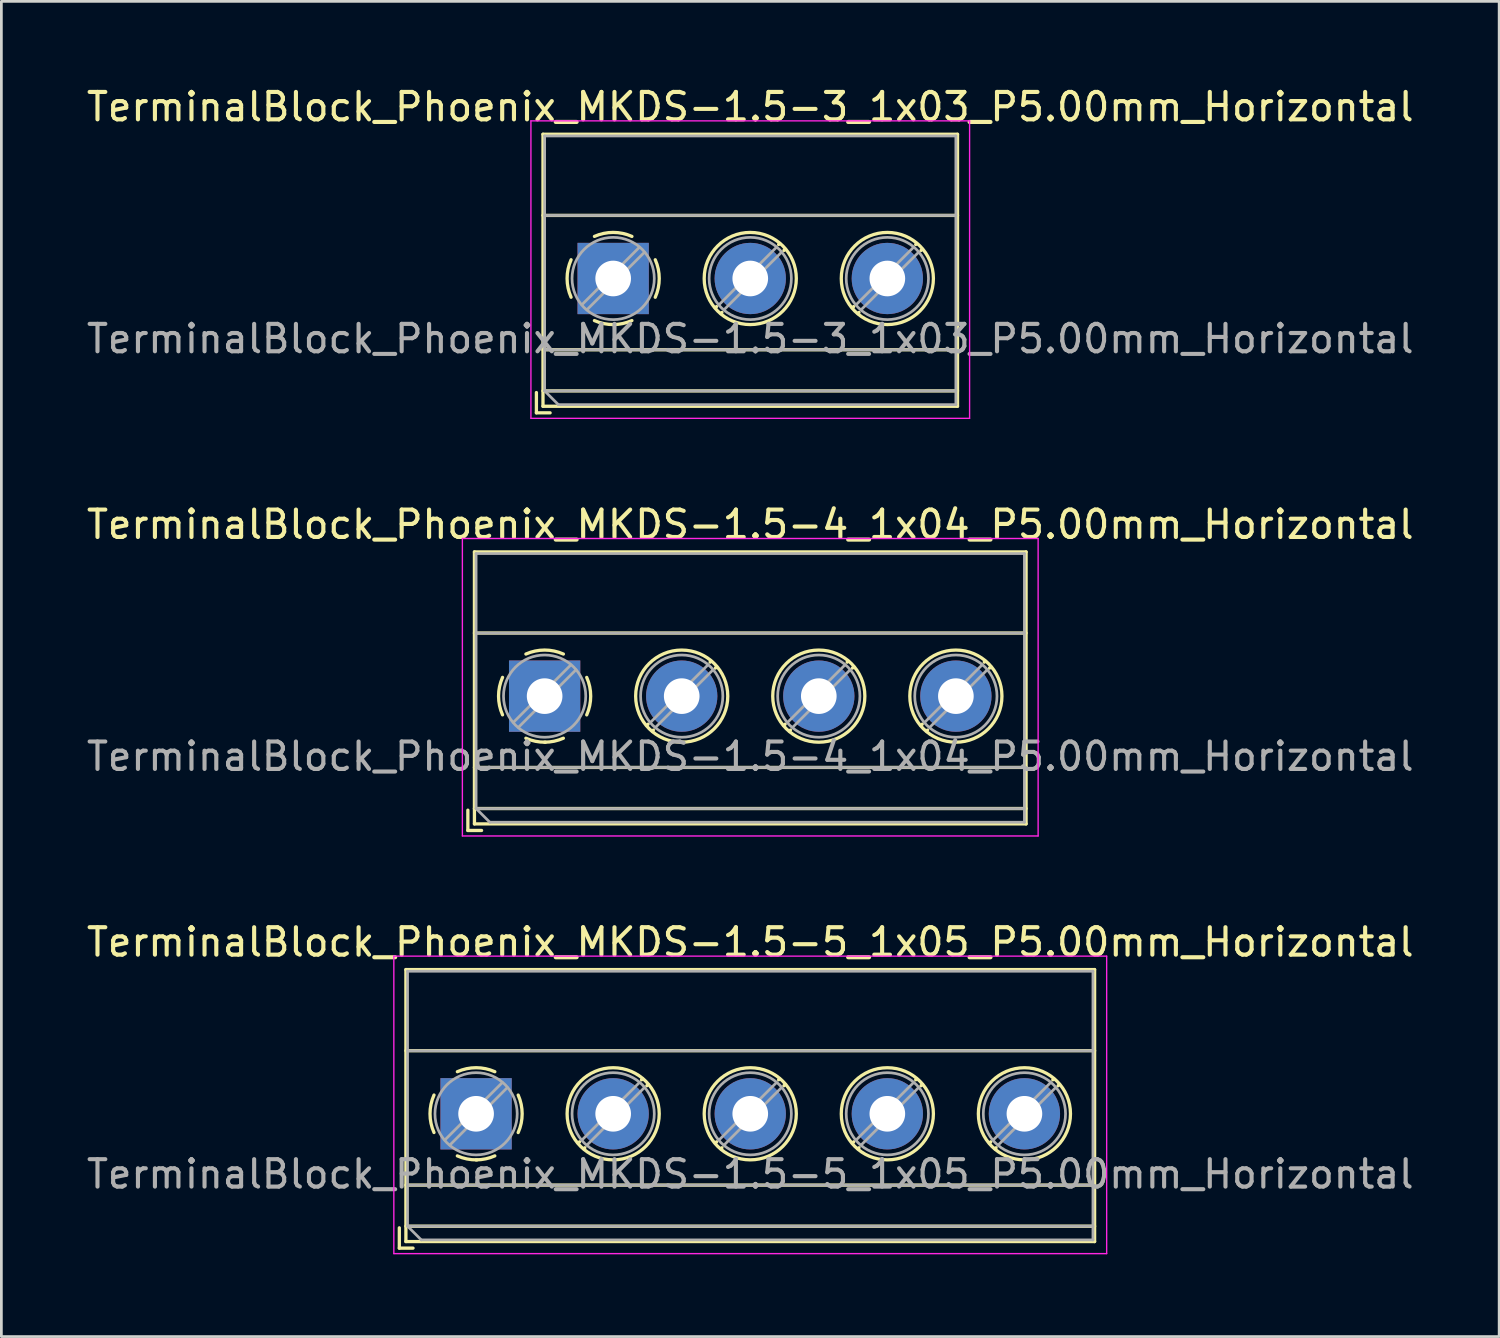
<source format=kicad_pcb>
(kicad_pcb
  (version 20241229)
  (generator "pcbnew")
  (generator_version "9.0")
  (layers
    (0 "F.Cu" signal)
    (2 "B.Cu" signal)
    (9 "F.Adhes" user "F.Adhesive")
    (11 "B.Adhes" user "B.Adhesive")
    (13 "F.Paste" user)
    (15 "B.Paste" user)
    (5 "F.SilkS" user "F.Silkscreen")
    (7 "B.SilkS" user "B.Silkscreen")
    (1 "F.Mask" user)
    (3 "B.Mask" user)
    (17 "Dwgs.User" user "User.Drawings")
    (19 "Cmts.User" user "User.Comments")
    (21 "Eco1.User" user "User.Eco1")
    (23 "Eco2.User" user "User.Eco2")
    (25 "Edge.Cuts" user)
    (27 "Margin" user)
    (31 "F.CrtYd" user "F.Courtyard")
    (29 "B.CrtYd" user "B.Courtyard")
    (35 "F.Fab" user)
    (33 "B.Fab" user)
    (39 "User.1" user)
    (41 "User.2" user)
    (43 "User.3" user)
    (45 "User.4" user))
  (footprint "TerminalBlock_Phoenix_MKDS-1.5-3_1x03_P5.00mm_Horizontal"
    (layer "F.Cu")
    (at 19.315 7.108)
    (property "Reference" "TerminalBlock_Phoenix_MKDS-1.5-3_1x03_P5.00mm_Horizontal" (at 5 -6.26 0) (layer "F.SilkS") (effects (font (size 1 1) (thickness 0.15))))
    (attr through_hole)
    (fp_line (start -2.8 4.16) (end -2.8 4.9) (stroke (width 0.12) (type solid)) (layer "F.SilkS"))
    (fp_line (start -2.8 4.9) (end -2.3 4.9) (stroke (width 0.12) (type solid)) (layer "F.SilkS"))
    (fp_line (start -2.56 -5.261) (end -2.56 4.66) (stroke (width 0.12) (type solid)) (layer "F.SilkS"))
    (fp_line (start -2.56 -5.261) (end 12.56 -5.261) (stroke (width 0.12) (type solid)) (layer "F.SilkS"))
    (fp_line (start -2.56 -2.301) (end 12.56 -2.301) (stroke (width 0.12) (type solid)) (layer "F.SilkS"))
    (fp_line (start -2.56 2.6) (end 12.56 2.6) (stroke (width 0.12) (type solid)) (layer "F.SilkS"))
    (fp_line (start -2.56 4.1) (end 12.56 4.1) (stroke (width 0.12) (type solid)) (layer "F.SilkS"))
    (fp_line (start -2.56 4.66) (end 12.56 4.66) (stroke (width 0.12) (type solid)) (layer "F.SilkS"))
    (fp_line (start 3.773 1.023) (end 3.726 1.069) (stroke (width 0.12) (type solid)) (layer "F.SilkS"))
    (fp_line (start 3.966 1.239) (end 3.931 1.274) (stroke (width 0.12) (type solid)) (layer "F.SilkS"))
    (fp_line (start 6.07 -1.275) (end 6.035 -1.239) (stroke (width 0.12) (type solid)) (layer "F.SilkS"))
    (fp_line (start 6.275 -1.069) (end 6.228 -1.023) (stroke (width 0.12) (type solid)) (layer "F.SilkS"))
    (fp_line (start 8.773 1.023) (end 8.726 1.069) (stroke (width 0.12) (type solid)) (layer "F.SilkS"))
    (fp_line (start 8.966 1.239) (end 8.931 1.274) (stroke (width 0.12) (type solid)) (layer "F.SilkS"))
    (fp_line (start 11.07 -1.275) (end 11.035 -1.239) (stroke (width 0.12) (type solid)) (layer "F.SilkS"))
    (fp_line (start 11.275 -1.069) (end 11.228 -1.023) (stroke (width 0.12) (type solid)) (layer "F.SilkS"))
    (fp_line (start 12.56 -5.261) (end 12.56 4.66) (stroke (width 0.12) (type solid)) (layer "F.SilkS"))
    (fp_arc (start -1.535427 0.683042) (mid -1.680501 -0.000524) (end -1.535 -0.684) (stroke (width 0.12) (type solid)) (layer "F.SilkS"))
    (fp_arc (start -0.683042 -1.535427) (mid 0.000524 -1.680501) (end 0.684 -1.535) (stroke (width 0.12) (type solid)) (layer "F.SilkS"))
    (fp_arc (start 0.028805 1.680253) (mid -0.335551 1.646659) (end -0.684 1.535) (stroke (width 0.12) (type solid)) (layer "F.SilkS"))
    (fp_arc (start 0.683318 1.534756) (mid 0.349292 1.643288) (end 0 1.68) (stroke (width 0.12) (type solid)) (layer "F.SilkS"))
    (fp_arc (start 1.535427 -0.683042) (mid 1.680501 0.000524) (end 1.535 0.684) (stroke (width 0.12) (type solid)) (layer "F.SilkS"))
    (fp_circle (center 5 0) (end 6.68 0) (stroke (width 0.12) (type solid)) (fill no) (layer "F.SilkS"))
    (fp_circle (center 10 0) (end 11.68 0) (stroke (width 0.12) (type solid)) (fill no) (layer "F.SilkS"))
    (fp_line (start -3 -5.75) (end -3 5.1) (stroke (width 0.05) (type solid)) (layer "F.CrtYd"))
    (fp_line (start -3 5.1) (end 13 5.1) (stroke (width 0.05) (type solid)) (layer "F.CrtYd"))
    (fp_line (start 13 -5.75) (end -3 -5.75) (stroke (width 0.05) (type solid)) (layer "F.CrtYd"))
    (fp_line (start 13 5.1) (end 13 -5.75) (stroke (width 0.05) (type solid)) (layer "F.CrtYd"))
    (fp_line (start -2.5 -5.2) (end 12.5 -5.2) (stroke (width 0.1) (type solid)) (layer "F.Fab"))
    (fp_line (start -2.5 -2.3) (end 12.5 -2.3) (stroke (width 0.1) (type solid)) (layer "F.Fab"))
    (fp_line (start -2.5 2.6) (end 12.5 2.6) (stroke (width 0.1) (type solid)) (layer "F.Fab"))
    (fp_line (start -2.5 4.1) (end -2.5 -5.2) (stroke (width 0.1) (type solid)) (layer "F.Fab"))
    (fp_line (start -2.5 4.1) (end 12.5 4.1) (stroke (width 0.1) (type solid)) (layer "F.Fab"))
    (fp_line (start -2 4.6) (end -2.5 4.1) (stroke (width 0.1) (type solid)) (layer "F.Fab"))
    (fp_line (start 0.955 -1.138) (end -1.138 0.955) (stroke (width 0.1) (type solid)) (layer "F.Fab"))
    (fp_line (start 1.138 -0.955) (end -0.955 1.138) (stroke (width 0.1) (type solid)) (layer "F.Fab"))
    (fp_line (start 5.955 -1.138) (end 3.863 0.955) (stroke (width 0.1) (type solid)) (layer "F.Fab"))
    (fp_line (start 6.138 -0.955) (end 4.046 1.138) (stroke (width 0.1) (type solid)) (layer "F.Fab"))
    (fp_line (start 10.955 -1.138) (end 8.863 0.955) (stroke (width 0.1) (type solid)) (layer "F.Fab"))
    (fp_line (start 11.138 -0.955) (end 9.046 1.138) (stroke (width 0.1) (type solid)) (layer "F.Fab"))
    (fp_line (start 12.5 -5.2) (end 12.5 4.6) (stroke (width 0.1) (type solid)) (layer "F.Fab"))
    (fp_line (start 12.5 4.6) (end -2 4.6) (stroke (width 0.1) (type solid)) (layer "F.Fab"))
    (fp_circle (center 0 0) (end 1.5 0) (stroke (width 0.1) (type solid)) (fill no) (layer "F.Fab"))
    (fp_circle (center 5 0) (end 6.5 0) (stroke (width 0.1) (type solid)) (fill no) (layer "F.Fab"))
    (fp_circle (center 10 0) (end 11.5 0) (stroke (width 0.1) (type solid)) (fill no) (layer "F.Fab"))
    (fp_text user "${REFERENCE}" (at 5 2.2 0) (layer "F.Fab") (effects (font (size 1 1) (thickness 0.15))))
    (pad "1" thru_hole rect (at 0 0) (size 2.6 2.6) (drill 1.3) (layers "*.Cu" "*.Mask"))
    (pad "2" thru_hole circle (at 5 0) (size 2.6 2.6) (drill 1.3) (layers "*.Cu" "*.Mask"))
    (pad "3" thru_hole circle (at 10 0) (size 2.6 2.6) (drill 1.3) (layers "*.Cu" "*.Mask")))
  (footprint "TerminalBlock_Phoenix_MKDS-1.5-4_1x04_P5.00mm_Horizontal"
    (layer "F.Cu")
    (at 16.815 22.341)
    (property "Reference" "TerminalBlock_Phoenix_MKDS-1.5-4_1x04_P5.00mm_Horizontal" (at 7.5 -6.26 0) (layer "F.SilkS") (effects (font (size 1 1) (thickness 0.15))))
    (attr through_hole)
    (fp_line (start -2.8 4.16) (end -2.8 4.9) (stroke (width 0.12) (type solid)) (layer "F.SilkS"))
    (fp_line (start -2.8 4.9) (end -2.3 4.9) (stroke (width 0.12) (type solid)) (layer "F.SilkS"))
    (fp_line (start -2.56 -5.261) (end -2.56 4.66) (stroke (width 0.12) (type solid)) (layer "F.SilkS"))
    (fp_line (start -2.56 -5.261) (end 17.561 -5.261) (stroke (width 0.12) (type solid)) (layer "F.SilkS"))
    (fp_line (start -2.56 -2.301) (end 17.561 -2.301) (stroke (width 0.12) (type solid)) (layer "F.SilkS"))
    (fp_line (start -2.56 2.6) (end 17.561 2.6) (stroke (width 0.12) (type solid)) (layer "F.SilkS"))
    (fp_line (start -2.56 4.1) (end 17.561 4.1) (stroke (width 0.12) (type solid)) (layer "F.SilkS"))
    (fp_line (start -2.56 4.66) (end 17.561 4.66) (stroke (width 0.12) (type solid)) (layer "F.SilkS"))
    (fp_line (start 3.773 1.023) (end 3.726 1.069) (stroke (width 0.12) (type solid)) (layer "F.SilkS"))
    (fp_line (start 3.966 1.239) (end 3.931 1.274) (stroke (width 0.12) (type solid)) (layer "F.SilkS"))
    (fp_line (start 6.07 -1.275) (end 6.035 -1.239) (stroke (width 0.12) (type solid)) (layer "F.SilkS"))
    (fp_line (start 6.275 -1.069) (end 6.228 -1.023) (stroke (width 0.12) (type solid)) (layer "F.SilkS"))
    (fp_line (start 8.773 1.023) (end 8.726 1.069) (stroke (width 0.12) (type solid)) (layer "F.SilkS"))
    (fp_line (start 8.966 1.239) (end 8.931 1.274) (stroke (width 0.12) (type solid)) (layer "F.SilkS"))
    (fp_line (start 11.07 -1.275) (end 11.035 -1.239) (stroke (width 0.12) (type solid)) (layer "F.SilkS"))
    (fp_line (start 11.275 -1.069) (end 11.228 -1.023) (stroke (width 0.12) (type solid)) (layer "F.SilkS"))
    (fp_line (start 13.773 1.023) (end 13.726 1.069) (stroke (width 0.12) (type solid)) (layer "F.SilkS"))
    (fp_line (start 13.966 1.239) (end 13.931 1.274) (stroke (width 0.12) (type solid)) (layer "F.SilkS"))
    (fp_line (start 16.07 -1.275) (end 16.035 -1.239) (stroke (width 0.12) (type solid)) (layer "F.SilkS"))
    (fp_line (start 16.275 -1.069) (end 16.228 -1.023) (stroke (width 0.12) (type solid)) (layer "F.SilkS"))
    (fp_line (start 17.561 -5.261) (end 17.561 4.66) (stroke (width 0.12) (type solid)) (layer "F.SilkS"))
    (fp_arc (start -1.535427 0.683042) (mid -1.680501 -0.000524) (end -1.535 -0.684) (stroke (width 0.12) (type solid)) (layer "F.SilkS"))
    (fp_arc (start -0.683042 -1.535427) (mid 0.000524 -1.680501) (end 0.684 -1.535) (stroke (width 0.12) (type solid)) (layer "F.SilkS"))
    (fp_arc (start 0.028805 1.680253) (mid -0.335551 1.646659) (end -0.684 1.535) (stroke (width 0.12) (type solid)) (layer "F.SilkS"))
    (fp_arc (start 0.683318 1.534756) (mid 0.349292 1.643288) (end 0 1.68) (stroke (width 0.12) (type solid)) (layer "F.SilkS"))
    (fp_arc (start 1.535427 -0.683042) (mid 1.680501 0.000524) (end 1.535 0.684) (stroke (width 0.12) (type solid)) (layer "F.SilkS"))
    (fp_circle (center 5 0) (end 6.68 0) (stroke (width 0.12) (type solid)) (fill no) (layer "F.SilkS"))
    (fp_circle (center 10 0) (end 11.68 0) (stroke (width 0.12) (type solid)) (fill no) (layer "F.SilkS"))
    (fp_circle (center 15 0) (end 16.68 0) (stroke (width 0.12) (type solid)) (fill no) (layer "F.SilkS"))
    (fp_line (start -3 -5.75) (end -3 5.1) (stroke (width 0.05) (type solid)) (layer "F.CrtYd"))
    (fp_line (start -3 5.1) (end 18 5.1) (stroke (width 0.05) (type solid)) (layer "F.CrtYd"))
    (fp_line (start 18 -5.75) (end -3 -5.75) (stroke (width 0.05) (type solid)) (layer "F.CrtYd"))
    (fp_line (start 18 5.1) (end 18 -5.75) (stroke (width 0.05) (type solid)) (layer "F.CrtYd"))
    (fp_line (start -2.5 -5.2) (end 17.5 -5.2) (stroke (width 0.1) (type solid)) (layer "F.Fab"))
    (fp_line (start -2.5 -2.3) (end 17.5 -2.3) (stroke (width 0.1) (type solid)) (layer "F.Fab"))
    (fp_line (start -2.5 2.6) (end 17.5 2.6) (stroke (width 0.1) (type solid)) (layer "F.Fab"))
    (fp_line (start -2.5 4.1) (end -2.5 -5.2) (stroke (width 0.1) (type solid)) (layer "F.Fab"))
    (fp_line (start -2.5 4.1) (end 17.5 4.1) (stroke (width 0.1) (type solid)) (layer "F.Fab"))
    (fp_line (start -2 4.6) (end -2.5 4.1) (stroke (width 0.1) (type solid)) (layer "F.Fab"))
    (fp_line (start 0.955 -1.138) (end -1.138 0.955) (stroke (width 0.1) (type solid)) (layer "F.Fab"))
    (fp_line (start 1.138 -0.955) (end -0.955 1.138) (stroke (width 0.1) (type solid)) (layer "F.Fab"))
    (fp_line (start 5.955 -1.138) (end 3.863 0.955) (stroke (width 0.1) (type solid)) (layer "F.Fab"))
    (fp_line (start 6.138 -0.955) (end 4.046 1.138) (stroke (width 0.1) (type solid)) (layer "F.Fab"))
    (fp_line (start 10.955 -1.138) (end 8.863 0.955) (stroke (width 0.1) (type solid)) (layer "F.Fab"))
    (fp_line (start 11.138 -0.955) (end 9.046 1.138) (stroke (width 0.1) (type solid)) (layer "F.Fab"))
    (fp_line (start 15.955 -1.138) (end 13.863 0.955) (stroke (width 0.1) (type solid)) (layer "F.Fab"))
    (fp_line (start 16.138 -0.955) (end 14.046 1.138) (stroke (width 0.1) (type solid)) (layer "F.Fab"))
    (fp_line (start 17.5 -5.2) (end 17.5 4.6) (stroke (width 0.1) (type solid)) (layer "F.Fab"))
    (fp_line (start 17.5 4.6) (end -2 4.6) (stroke (width 0.1) (type solid)) (layer "F.Fab"))
    (fp_circle (center 0 0) (end 1.5 0) (stroke (width 0.1) (type solid)) (fill no) (layer "F.Fab"))
    (fp_circle (center 5 0) (end 6.5 0) (stroke (width 0.1) (type solid)) (fill no) (layer "F.Fab"))
    (fp_circle (center 10 0) (end 11.5 0) (stroke (width 0.1) (type solid)) (fill no) (layer "F.Fab"))
    (fp_circle (center 15 0) (end 16.5 0) (stroke (width 0.1) (type solid)) (fill no) (layer "F.Fab"))
    (fp_text user "${REFERENCE}" (at 7.5 2.2 0) (layer "F.Fab") (effects (font (size 1 1) (thickness 0.15))))
    (pad "1" thru_hole rect (at 0 0) (size 2.6 2.6) (drill 1.3) (layers "*.Cu" "*.Mask"))
    (pad "2" thru_hole circle (at 5 0) (size 2.6 2.6) (drill 1.3) (layers "*.Cu" "*.Mask"))
    (pad "3" thru_hole circle (at 10 0) (size 2.6 2.6) (drill 1.3) (layers "*.Cu" "*.Mask"))
    (pad "4" thru_hole circle (at 15 0) (size 2.6 2.6) (drill 1.3) (layers "*.Cu" "*.Mask")))
  (footprint "TerminalBlock_Phoenix_MKDS-1.5-5_1x05_P5.00mm_Horizontal"
    (layer "F.Cu")
    (at 14.315 37.575)
    (property "Reference" "TerminalBlock_Phoenix_MKDS-1.5-5_1x05_P5.00mm_Horizontal" (at 10 -6.26 0) (layer "F.SilkS") (effects (font (size 1 1) (thickness 0.15))))
    (attr through_hole)
    (fp_line (start -2.8 4.16) (end -2.8 4.9) (stroke (width 0.12) (type solid)) (layer "F.SilkS"))
    (fp_line (start -2.8 4.9) (end -2.3 4.9) (stroke (width 0.12) (type solid)) (layer "F.SilkS"))
    (fp_line (start -2.56 -5.261) (end -2.56 4.66) (stroke (width 0.12) (type solid)) (layer "F.SilkS"))
    (fp_line (start -2.56 -5.261) (end 22.56 -5.261) (stroke (width 0.12) (type solid)) (layer "F.SilkS"))
    (fp_line (start -2.56 -2.301) (end 22.56 -2.301) (stroke (width 0.12) (type solid)) (layer "F.SilkS"))
    (fp_line (start -2.56 2.6) (end 22.56 2.6) (stroke (width 0.12) (type solid)) (layer "F.SilkS"))
    (fp_line (start -2.56 4.1) (end 22.56 4.1) (stroke (width 0.12) (type solid)) (layer "F.SilkS"))
    (fp_line (start -2.56 4.66) (end 22.56 4.66) (stroke (width 0.12) (type solid)) (layer "F.SilkS"))
    (fp_line (start 3.773 1.023) (end 3.726 1.069) (stroke (width 0.12) (type solid)) (layer "F.SilkS"))
    (fp_line (start 3.966 1.239) (end 3.931 1.274) (stroke (width 0.12) (type solid)) (layer "F.SilkS"))
    (fp_line (start 6.07 -1.275) (end 6.035 -1.239) (stroke (width 0.12) (type solid)) (layer "F.SilkS"))
    (fp_line (start 6.275 -1.069) (end 6.228 -1.023) (stroke (width 0.12) (type solid)) (layer "F.SilkS"))
    (fp_line (start 8.773 1.023) (end 8.726 1.069) (stroke (width 0.12) (type solid)) (layer "F.SilkS"))
    (fp_line (start 8.966 1.239) (end 8.931 1.274) (stroke (width 0.12) (type solid)) (layer "F.SilkS"))
    (fp_line (start 11.07 -1.275) (end 11.035 -1.239) (stroke (width 0.12) (type solid)) (layer "F.SilkS"))
    (fp_line (start 11.275 -1.069) (end 11.228 -1.023) (stroke (width 0.12) (type solid)) (layer "F.SilkS"))
    (fp_line (start 13.773 1.023) (end 13.726 1.069) (stroke (width 0.12) (type solid)) (layer "F.SilkS"))
    (fp_line (start 13.966 1.239) (end 13.931 1.274) (stroke (width 0.12) (type solid)) (layer "F.SilkS"))
    (fp_line (start 16.07 -1.275) (end 16.035 -1.239) (stroke (width 0.12) (type solid)) (layer "F.SilkS"))
    (fp_line (start 16.275 -1.069) (end 16.228 -1.023) (stroke (width 0.12) (type solid)) (layer "F.SilkS"))
    (fp_line (start 18.773 1.023) (end 18.726 1.069) (stroke (width 0.12) (type solid)) (layer "F.SilkS"))
    (fp_line (start 18.966 1.239) (end 18.931 1.274) (stroke (width 0.12) (type solid)) (layer "F.SilkS"))
    (fp_line (start 21.07 -1.275) (end 21.035 -1.239) (stroke (width 0.12) (type solid)) (layer "F.SilkS"))
    (fp_line (start 21.275 -1.069) (end 21.228 -1.023) (stroke (width 0.12) (type solid)) (layer "F.SilkS"))
    (fp_line (start 22.56 -5.261) (end 22.56 4.66) (stroke (width 0.12) (type solid)) (layer "F.SilkS"))
    (fp_arc (start -1.535427 0.683042) (mid -1.680501 -0.000524) (end -1.535 -0.684) (stroke (width 0.12) (type solid)) (layer "F.SilkS"))
    (fp_arc (start -0.683042 -1.535427) (mid 0.000524 -1.680501) (end 0.684 -1.535) (stroke (width 0.12) (type solid)) (layer "F.SilkS"))
    (fp_arc (start 0.028805 1.680253) (mid -0.335551 1.646659) (end -0.684 1.535) (stroke (width 0.12) (type solid)) (layer "F.SilkS"))
    (fp_arc (start 0.683318 1.534756) (mid 0.349292 1.643288) (end 0 1.68) (stroke (width 0.12) (type solid)) (layer "F.SilkS"))
    (fp_arc (start 1.535427 -0.683042) (mid 1.680501 0.000524) (end 1.535 0.684) (stroke (width 0.12) (type solid)) (layer "F.SilkS"))
    (fp_circle (center 5 0) (end 6.68 0) (stroke (width 0.12) (type solid)) (fill no) (layer "F.SilkS"))
    (fp_circle (center 10 0) (end 11.68 0) (stroke (width 0.12) (type solid)) (fill no) (layer "F.SilkS"))
    (fp_circle (center 15 0) (end 16.68 0) (stroke (width 0.12) (type solid)) (fill no) (layer "F.SilkS"))
    (fp_circle (center 20 0) (end 21.68 0) (stroke (width 0.12) (type solid)) (fill no) (layer "F.SilkS"))
    (fp_line (start -3 -5.75) (end -3 5.1) (stroke (width 0.05) (type solid)) (layer "F.CrtYd"))
    (fp_line (start -3 5.1) (end 23 5.1) (stroke (width 0.05) (type solid)) (layer "F.CrtYd"))
    (fp_line (start 23 -5.75) (end -3 -5.75) (stroke (width 0.05) (type solid)) (layer "F.CrtYd"))
    (fp_line (start 23 5.1) (end 23 -5.75) (stroke (width 0.05) (type solid)) (layer "F.CrtYd"))
    (fp_line (start -2.5 -5.2) (end 22.5 -5.2) (stroke (width 0.1) (type solid)) (layer "F.Fab"))
    (fp_line (start -2.5 -2.3) (end 22.5 -2.3) (stroke (width 0.1) (type solid)) (layer "F.Fab"))
    (fp_line (start -2.5 2.6) (end 22.5 2.6) (stroke (width 0.1) (type solid)) (layer "F.Fab"))
    (fp_line (start -2.5 4.1) (end -2.5 -5.2) (stroke (width 0.1) (type solid)) (layer "F.Fab"))
    (fp_line (start -2.5 4.1) (end 22.5 4.1) (stroke (width 0.1) (type solid)) (layer "F.Fab"))
    (fp_line (start -2 4.6) (end -2.5 4.1) (stroke (width 0.1) (type solid)) (layer "F.Fab"))
    (fp_line (start 0.955 -1.138) (end -1.138 0.955) (stroke (width 0.1) (type solid)) (layer "F.Fab"))
    (fp_line (start 1.138 -0.955) (end -0.955 1.138) (stroke (width 0.1) (type solid)) (layer "F.Fab"))
    (fp_line (start 5.955 -1.138) (end 3.863 0.955) (stroke (width 0.1) (type solid)) (layer "F.Fab"))
    (fp_line (start 6.138 -0.955) (end 4.046 1.138) (stroke (width 0.1) (type solid)) (layer "F.Fab"))
    (fp_line (start 10.955 -1.138) (end 8.863 0.955) (stroke (width 0.1) (type solid)) (layer "F.Fab"))
    (fp_line (start 11.138 -0.955) (end 9.046 1.138) (stroke (width 0.1) (type solid)) (layer "F.Fab"))
    (fp_line (start 15.955 -1.138) (end 13.863 0.955) (stroke (width 0.1) (type solid)) (layer "F.Fab"))
    (fp_line (start 16.138 -0.955) (end 14.046 1.138) (stroke (width 0.1) (type solid)) (layer "F.Fab"))
    (fp_line (start 20.955 -1.138) (end 18.863 0.955) (stroke (width 0.1) (type solid)) (layer "F.Fab"))
    (fp_line (start 21.138 -0.955) (end 19.046 1.138) (stroke (width 0.1) (type solid)) (layer "F.Fab"))
    (fp_line (start 22.5 -5.2) (end 22.5 4.6) (stroke (width 0.1) (type solid)) (layer "F.Fab"))
    (fp_line (start 22.5 4.6) (end -2 4.6) (stroke (width 0.1) (type solid)) (layer "F.Fab"))
    (fp_circle (center 0 0) (end 1.5 0) (stroke (width 0.1) (type solid)) (fill no) (layer "F.Fab"))
    (fp_circle (center 5 0) (end 6.5 0) (stroke (width 0.1) (type solid)) (fill no) (layer "F.Fab"))
    (fp_circle (center 10 0) (end 11.5 0) (stroke (width 0.1) (type solid)) (fill no) (layer "F.Fab"))
    (fp_circle (center 15 0) (end 16.5 0) (stroke (width 0.1) (type solid)) (fill no) (layer "F.Fab"))
    (fp_circle (center 20 0) (end 21.5 0) (stroke (width 0.1) (type solid)) (fill no) (layer "F.Fab"))
    (fp_text user "${REFERENCE}" (at 10 2.2 0) (layer "F.Fab") (effects (font (size 1 1) (thickness 0.15))))
    (pad "1" thru_hole rect (at 0 0) (size 2.6 2.6) (drill 1.3) (layers "*.Cu" "*.Mask"))
    (pad "2" thru_hole circle (at 5 0) (size 2.6 2.6) (drill 1.3) (layers "*.Cu" "*.Mask"))
    (pad "3" thru_hole circle (at 10 0) (size 2.6 2.6) (drill 1.3) (layers "*.Cu" "*.Mask"))
    (pad "4" thru_hole circle (at 15 0) (size 2.6 2.6) (drill 1.3) (layers "*.Cu" "*.Mask"))
    (pad "5" thru_hole circle (at 20 0) (size 2.6 2.6) (drill 1.3) (layers "*.Cu" "*.Mask")))
  (gr_rect
    (start -3 -3)
    (end 51.631 45.7)
    (stroke (width 0.1) (type default))
    (fill no)
    (layer "Edge.Cuts")))
</source>
